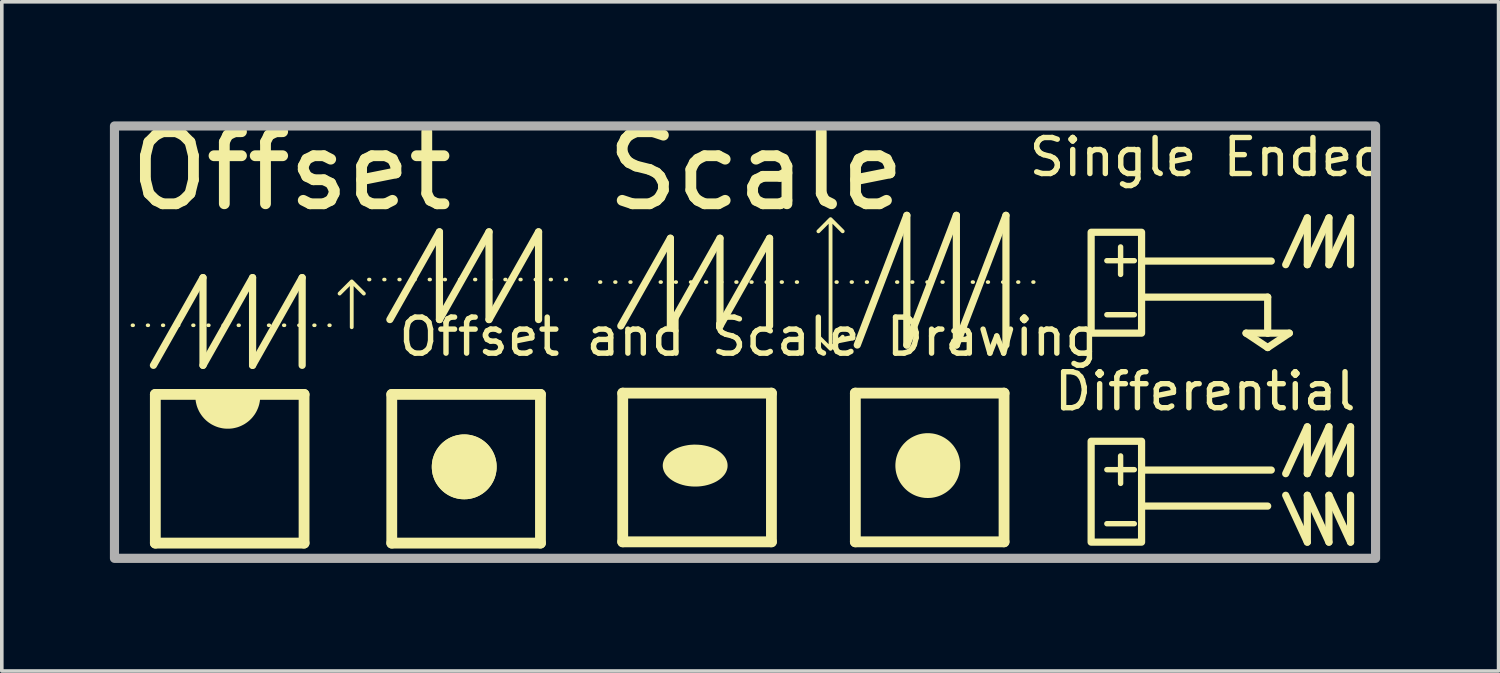
<source format=kicad_pcb>
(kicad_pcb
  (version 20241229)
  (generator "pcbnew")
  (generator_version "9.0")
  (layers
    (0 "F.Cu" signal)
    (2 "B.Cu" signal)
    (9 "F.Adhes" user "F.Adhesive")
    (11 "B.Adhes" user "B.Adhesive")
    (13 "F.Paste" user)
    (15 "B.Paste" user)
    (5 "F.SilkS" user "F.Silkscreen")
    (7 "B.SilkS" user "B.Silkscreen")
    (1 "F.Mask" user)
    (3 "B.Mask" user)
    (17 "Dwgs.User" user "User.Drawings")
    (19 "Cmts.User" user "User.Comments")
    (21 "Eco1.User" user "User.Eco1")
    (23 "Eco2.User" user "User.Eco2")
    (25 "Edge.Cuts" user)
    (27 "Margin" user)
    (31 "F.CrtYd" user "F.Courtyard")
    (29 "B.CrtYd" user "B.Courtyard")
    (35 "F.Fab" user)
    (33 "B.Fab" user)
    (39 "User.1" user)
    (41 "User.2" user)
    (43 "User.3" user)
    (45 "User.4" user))
  (footprint "Offset and Scale Drawing"
    (layer "F.Cu")
    (at 17.733 6.796)
    (property "Reference" "Offset and Scale Drawing" (at 0 -0.5 0) (unlocked yes) (layer "F.SilkS") (effects (font (size 1 1) (thickness 0.15))))
    (fp_line (start -17.107 -0.818) (end -11.286 -0.818) (stroke (width 0.1) (type dot)) (layer "F.SilkS"))
    (fp_line (start -16.525 0.293) (end -15.149 -2.141) (stroke (width 0.2) (type solid)) (layer "F.SilkS"))
    (fp_line (start -16.472 1.1) (end -12.344 1.1) (stroke (width 0.3) (type solid)) (layer "F.SilkS"))
    (fp_line (start -16.472 5.227) (end -16.472 1.1) (stroke (width 0.3) (type solid)) (layer "F.SilkS"))
    (fp_line (start -15.149 -2.141) (end -15.149 0.293) (stroke (width 0.2) (type solid)) (layer "F.SilkS"))
    (fp_line (start -15.149 0.293) (end -13.773 -2.141) (stroke (width 0.2) (type solid)) (layer "F.SilkS"))
    (fp_line (start -13.773 -2.141) (end -13.773 0.293) (stroke (width 0.2) (type solid)) (layer "F.SilkS"))
    (fp_line (start -13.773 0.293) (end -12.397 -2.141) (stroke (width 0.2) (type solid)) (layer "F.SilkS"))
    (fp_line (start -12.397 -2.141) (end -12.397 0.293) (stroke (width 0.2) (type solid)) (layer "F.SilkS"))
    (fp_line (start -12.344 1.1) (end -12.344 5.227) (stroke (width 0.3) (type solid)) (layer "F.SilkS"))
    (fp_line (start -12.344 5.227) (end -16.472 5.227) (stroke (width 0.3) (type solid)) (layer "F.SilkS"))
    (fp_line (start -10.545 -2.088) (end -4.724 -2.088) (stroke (width 0.1) (type dot)) (layer "F.SilkS"))
    (fp_line (start -9.963 -0.977) (end -8.587 -3.411) (stroke (width 0.2) (type solid)) (layer "F.SilkS"))
    (fp_line (start -9.91 1.1) (end -5.783 1.1) (stroke (width 0.3) (type solid)) (layer "F.SilkS"))
    (fp_line (start -9.91 5.227) (end -9.91 1.1) (stroke (width 0.3) (type solid)) (layer "F.SilkS"))
    (fp_line (start -8.587 -3.411) (end -8.587 -0.977) (stroke (width 0.2) (type solid)) (layer "F.SilkS"))
    (fp_line (start -8.587 -0.977) (end -7.211 -3.411) (stroke (width 0.2) (type solid)) (layer "F.SilkS"))
    (fp_line (start -7.211 -3.411) (end -7.211 -0.977) (stroke (width 0.2) (type solid)) (layer "F.SilkS"))
    (fp_line (start -7.211 -0.977) (end -5.836 -3.411) (stroke (width 0.2) (type solid)) (layer "F.SilkS"))
    (fp_line (start -5.836 -3.411) (end -5.836 -0.977) (stroke (width 0.2) (type solid)) (layer "F.SilkS"))
    (fp_line (start -5.783 1.1) (end -5.783 5.227) (stroke (width 0.3) (type solid)) (layer "F.SilkS"))
    (fp_line (start -5.783 5.227) (end -9.91 5.227) (stroke (width 0.3) (type solid)) (layer "F.SilkS"))
    (fp_line (start -4.135 -2.017) (end 1.686 -2.017) (stroke (width 0.1) (type dot)) (layer "F.SilkS"))
    (fp_line (start -3.553 -0.8) (end -2.177 -3.234) (stroke (width 0.2) (type solid)) (layer "F.SilkS"))
    (fp_line (start -3.5 1.065) (end 0.627 1.065) (stroke (width 0.3) (type solid)) (layer "F.SilkS"))
    (fp_line (start -3.5 5.192) (end -3.5 1.065) (stroke (width 0.3) (type solid)) (layer "F.SilkS"))
    (fp_line (start -2.177 -3.234) (end -2.177 -0.8) (stroke (width 0.2) (type solid)) (layer "F.SilkS"))
    (fp_line (start -2.177 -0.8) (end -0.801 -3.234) (stroke (width 0.2) (type solid)) (layer "F.SilkS"))
    (fp_line (start -0.801 -3.234) (end -0.801 -0.8) (stroke (width 0.2) (type solid)) (layer "F.SilkS"))
    (fp_line (start -0.801 -0.8) (end 0.575 -3.234) (stroke (width 0.2) (type solid)) (layer "F.SilkS"))
    (fp_line (start 0.575 -3.234) (end 0.575 -0.8) (stroke (width 0.2) (type solid)) (layer "F.SilkS"))
    (fp_line (start 0.627 1.065) (end 0.627 5.192) (stroke (width 0.3) (type solid)) (layer "F.SilkS"))
    (fp_line (start 0.627 5.192) (end -3.5 5.192) (stroke (width 0.3) (type solid)) (layer "F.SilkS"))
    (fp_line (start 2.427 -2.017) (end 8.247 -2.017) (stroke (width 0.1) (type dot)) (layer "F.SilkS"))
    (fp_line (start 2.956 1.065) (end 7.083 1.065) (stroke (width 0.3) (type solid)) (layer "F.SilkS"))
    (fp_line (start 2.956 5.192) (end 2.956 1.065) (stroke (width 0.3) (type solid)) (layer "F.SilkS"))
    (fp_line (start 3.009 -0.271) (end 4.385 -3.869) (stroke (width 0.2) (type solid)) (layer "F.SilkS"))
    (fp_line (start 4.385 -3.869) (end 4.385 -0.271) (stroke (width 0.2) (type solid)) (layer "F.SilkS"))
    (fp_line (start 4.385 -0.271) (end 5.76 -3.869) (stroke (width 0.2) (type solid)) (layer "F.SilkS"))
    (fp_line (start 5.76 -3.869) (end 5.76 -0.271) (stroke (width 0.2) (type solid)) (layer "F.SilkS"))
    (fp_line (start 5.76 -0.271) (end 7.136 -3.869) (stroke (width 0.2) (type solid)) (layer "F.SilkS"))
    (fp_line (start 7.083 1.065) (end 7.083 5.192) (stroke (width 0.3) (type solid)) (layer "F.SilkS"))
    (fp_line (start 7.083 5.192) (end 2.956 5.192) (stroke (width 0.3) (type solid)) (layer "F.SilkS"))
    (fp_line (start 7.136 -3.869) (end 7.136 -0.271) (stroke (width 0.2) (type solid)) (layer "F.SilkS"))
    (fp_line (start 10.9 -2.6) (end 14.5 -2.6) (stroke (width 0.2) (type solid)) (layer "F.SilkS"))
    (fp_line (start 10.9 3.2) (end 14.5 3.2) (stroke (width 0.2) (type solid)) (layer "F.SilkS"))
    (fp_line (start 11 -1.6) (end 14.4 -1.6) (stroke (width 0.2) (type solid)) (layer "F.SilkS"))
    (fp_line (start 11 4.2) (end 14.4 4.2) (stroke (width 0.2) (type solid)) (layer "F.SilkS"))
    (fp_line (start 13.8 -0.6) (end 14.4 -0.2) (stroke (width 0.2) (type solid)) (layer "F.SilkS"))
    (fp_line (start 14.4 -1.6) (end 14.4 -0.6) (stroke (width 0.2) (type solid)) (layer "F.SilkS"))
    (fp_line (start 14.4 -0.6) (end 13.8 -0.6) (stroke (width 0.2) (type solid)) (layer "F.SilkS"))
    (fp_line (start 14.4 -0.2) (end 15 -0.6) (stroke (width 0.2) (type solid)) (layer "F.SilkS"))
    (fp_line (start 14.9 -2.5) (end 15.5 -3.8) (stroke (width 0.2) (type solid)) (layer "F.SilkS"))
    (fp_line (start 14.9 3.3) (end 15.5 2) (stroke (width 0.2) (type solid)) (layer "F.SilkS"))
    (fp_line (start 14.9 3.9) (end 15.5 5.2) (stroke (width 0.2) (type solid)) (layer "F.SilkS"))
    (fp_line (start 15 -0.6) (end 14.4 -0.6) (stroke (width 0.2) (type solid)) (layer "F.SilkS"))
    (fp_line (start 15.5 -3.8) (end 15.5 -2.5) (stroke (width 0.2) (type solid)) (layer "F.SilkS"))
    (fp_line (start 15.5 -2.5) (end 16.1 -3.8) (stroke (width 0.2) (type solid)) (layer "F.SilkS"))
    (fp_line (start 15.5 2) (end 15.5 3.3) (stroke (width 0.2) (type solid)) (layer "F.SilkS"))
    (fp_line (start 15.5 3.3) (end 16.1 2) (stroke (width 0.2) (type solid)) (layer "F.SilkS"))
    (fp_line (start 15.5 3.9) (end 15.5 5.2) (stroke (width 0.2) (type solid)) (layer "F.SilkS"))
    (fp_line (start 15.5 3.9) (end 16.1 5.2) (stroke (width 0.2) (type solid)) (layer "F.SilkS"))
    (fp_line (start 16.1 -3.8) (end 16.1 -2.5) (stroke (width 0.2) (type solid)) (layer "F.SilkS"))
    (fp_line (start 16.1 -2.5) (end 16.7 -3.8) (stroke (width 0.2) (type solid)) (layer "F.SilkS"))
    (fp_line (start 16.1 2) (end 16.1 3.3) (stroke (width 0.2) (type solid)) (layer "F.SilkS"))
    (fp_line (start 16.1 3.3) (end 16.7 2) (stroke (width 0.2) (type solid)) (layer "F.SilkS"))
    (fp_line (start 16.1 3.9) (end 16.1 5.2) (stroke (width 0.2) (type solid)) (layer "F.SilkS"))
    (fp_line (start 16.1 3.9) (end 16.7 5.2) (stroke (width 0.2) (type solid)) (layer "F.SilkS"))
    (fp_line (start 16.7 -3.8) (end 16.7 -2.5) (stroke (width 0.2) (type solid)) (layer "F.SilkS"))
    (fp_line (start 16.7 2) (end 16.7 3.3) (stroke (width 0.2) (type solid)) (layer "F.SilkS"))
    (fp_line (start 16.7 3.9) (end 16.7 5.2) (stroke (width 0.2) (type solid)) (layer "F.SilkS"))
    (fp_rect (start 9.5 -3.4) (end 10.9 -0.6) (stroke (width 0.2) (type solid)) (fill no) (layer "F.SilkS"))
    (fp_rect (start 9.5 2.4) (end 10.9 5.2) (stroke (width 0.2) (type solid)) (fill no) (layer "F.SilkS"))
    (fp_poly (pts (xy -13.562 1.197) (xy -13.566 1.242) (xy -13.571 1.286) (xy -13.579 1.329) (xy -13.588 1.372) (xy -13.6 1.414) (xy -13.614 1.456) (xy -13.63 1.497) (xy -13.648 1.537) (xy -13.667 1.576) (xy -13.689 1.615) (xy -13.712 1.652) (xy -13.738 1.688) (xy -13.765 1.723) (xy -13.794 1.757) (xy -13.825 1.789) (xy -13.857 1.82) (xy -13.891 1.849) (xy -13.926 1.876) (xy -13.962 1.901) (xy -13.999 1.925) (xy -14.037 1.946) (xy -14.077 1.966) (xy -14.117 1.984) (xy -14.158 2) (xy -14.199 2.014) (xy -14.242 2.025) (xy -14.285 2.035) (xy -14.328 2.043) (xy -14.372 2.048) (xy -14.416 2.051) (xy -14.461 2.052) (xy -14.506 2.051) (xy -14.55 2.048) (xy -14.594 2.043) (xy -14.637 2.035) (xy -14.68 2.025) (xy -14.723 2.014) (xy -14.764 2) (xy -14.805 1.984) (xy -14.845 1.966) (xy -14.885 1.946) (xy -14.923 1.925) (xy -14.96 1.901) (xy -14.996 1.876) (xy -15.031 1.849) (xy -15.065 1.82) (xy -15.097 1.789) (xy -15.128 1.757) (xy -15.157 1.723) (xy -15.184 1.688) (xy -15.209 1.652) (xy -15.233 1.615) (xy -15.255 1.576) (xy -15.274 1.537) (xy -15.292 1.497) (xy -15.308 1.456) (xy -15.322 1.414) (xy -15.333 1.372) (xy -15.343 1.329) (xy -15.351 1.286) (xy -15.356 1.242) (xy -15.359 1.197) (xy -15.361 1.153) (xy -13.561 1.153)) (stroke (width 0) (type solid)) (fill yes) (layer "F.SilkS"))
    (fp_poly (pts (xy -1.397 2.497) (xy -1.308 2.505) (xy -1.222 2.52) (xy -1.139 2.539) (xy -1.06 2.564) (xy -0.986 2.593) (xy -0.917 2.626) (xy -0.853 2.664) (xy -0.795 2.705) (xy -0.743 2.75) (xy -0.698 2.798) (xy -0.678 2.823) (xy -0.66 2.849) (xy -0.644 2.875) (xy -0.63 2.903) (xy -0.618 2.93) (xy -0.608 2.958) (xy -0.6 2.987) (xy -0.594 3.016) (xy -0.591 3.046) (xy -0.59 3.076) (xy -0.591 3.106) (xy -0.594 3.135) (xy -0.6 3.164) (xy -0.608 3.193) (xy -0.618 3.221) (xy -0.63 3.249) (xy -0.644 3.276) (xy -0.66 3.302) (xy -0.678 3.328) (xy -0.698 3.353) (xy -0.72 3.377) (xy -0.743 3.401) (xy -0.768 3.424) (xy -0.795 3.446) (xy -0.823 3.467) (xy -0.853 3.487) (xy -0.884 3.507) (xy -0.917 3.525) (xy -0.951 3.542) (xy -0.986 3.558) (xy -1.023 3.573) (xy -1.06 3.587) (xy -1.099 3.6) (xy -1.139 3.612) (xy -1.18 3.622) (xy -1.222 3.632) (xy -1.264 3.639) (xy -1.308 3.646) (xy -1.352 3.651) (xy -1.397 3.655) (xy -1.443 3.657) (xy -1.489 3.658) (xy -1.581 3.655) (xy -1.67 3.646) (xy -1.757 3.632) (xy -1.839 3.612) (xy -1.918 3.587) (xy -1.992 3.558) (xy -2.061 3.525) (xy -2.125 3.487) (xy -2.183 3.446) (xy -2.235 3.401) (xy -2.28 3.353) (xy -2.3 3.328) (xy -2.318 3.302) (xy -2.334 3.276) (xy -2.348 3.249) (xy -2.36 3.221) (xy -2.37 3.193) (xy -2.378 3.164) (xy -2.384 3.135) (xy -2.388 3.106) (xy -2.389 3.076) (xy -2.388 3.046) (xy -2.384 3.016) (xy -2.378 2.987) (xy -2.37 2.958) (xy -2.36 2.93) (xy -2.348 2.903) (xy -2.334 2.875) (xy -2.318 2.849) (xy -2.3 2.823) (xy -2.28 2.798) (xy -2.259 2.774) (xy -2.235 2.75) (xy -2.21 2.727) (xy -2.183 2.705) (xy -2.155 2.684) (xy -2.125 2.664) (xy -2.094 2.645) (xy -2.061 2.626) (xy -2.027 2.609) (xy -1.992 2.593) (xy -1.956 2.578) (xy -1.918 2.564) (xy -1.879 2.551) (xy -1.839 2.539) (xy -1.798 2.529) (xy -1.757 2.52) (xy -1.714 2.512) (xy -1.67 2.505) (xy -1.626 2.5) (xy -1.581 2.497) (xy -1.535 2.494) (xy -1.489 2.494)) (stroke (width 0) (type solid)) (fill yes) (layer "F.SilkS"))
    (fp_poly (pts (xy -7.853 2.212) (xy -7.807 2.216) (xy -7.762 2.222) (xy -7.718 2.229) (xy -7.674 2.24) (xy -7.632 2.252) (xy -7.59 2.266) (xy -7.549 2.282) (xy -7.509 2.3) (xy -7.47 2.32) (xy -7.433 2.341) (xy -7.396 2.365) (xy -7.361 2.39) (xy -7.327 2.417) (xy -7.294 2.445) (xy -7.263 2.475) (xy -7.233 2.506) (xy -7.205 2.539) (xy -7.178 2.573) (xy -7.153 2.608) (xy -7.13 2.644) (xy -7.108 2.682) (xy -7.088 2.721) (xy -7.07 2.761) (xy -7.054 2.801) (xy -7.04 2.843) (xy -7.028 2.886) (xy -7.018 2.929) (xy -7.01 2.974) (xy -7.004 3.019) (xy -7.001 3.064) (xy -7 3.111) (xy -7.001 3.157) (xy -7.004 3.203) (xy -7.01 3.248) (xy -7.018 3.292) (xy -7.028 3.336) (xy -7.04 3.378) (xy -7.054 3.42) (xy -7.07 3.461) (xy -7.088 3.501) (xy -7.108 3.54) (xy -7.13 3.577) (xy -7.153 3.614) (xy -7.178 3.649) (xy -7.205 3.683) (xy -7.233 3.716) (xy -7.263 3.747) (xy -7.294 3.777) (xy -7.327 3.805) (xy -7.361 3.832) (xy -7.396 3.857) (xy -7.433 3.88) (xy -7.47 3.902) (xy -7.509 3.922) (xy -7.549 3.94) (xy -7.59 3.956) (xy -7.632 3.97) (xy -7.674 3.982) (xy -7.718 3.992) (xy -7.762 4) (xy -7.807 4.006) (xy -7.853 4.009) (xy -7.899 4.01) (xy -7.946 4.009) (xy -7.991 4.006) (xy -8.036 4) (xy -8.081 3.992) (xy -8.124 3.982) (xy -8.167 3.97) (xy -8.209 3.956) (xy -8.249 3.94) (xy -8.289 3.922) (xy -8.328 3.902) (xy -8.366 3.88) (xy -8.402 3.857) (xy -8.437 3.832) (xy -8.471 3.805) (xy -8.504 3.777) (xy -8.535 3.747) (xy -8.565 3.716) (xy -8.593 3.683) (xy -8.62 3.649) (xy -8.645 3.614) (xy -8.669 3.577) (xy -8.69 3.54) (xy -8.71 3.501) (xy -8.728 3.461) (xy -8.744 3.42) (xy -8.758 3.378) (xy -8.771 3.336) (xy -8.781 3.292) (xy -8.788 3.248) (xy -8.794 3.203) (xy -8.798 3.157) (xy -8.799 3.111) (xy -8.798 3.064) (xy -8.794 3.019) (xy -8.788 2.974) (xy -8.781 2.929) (xy -8.771 2.886) (xy -8.758 2.843) (xy -8.744 2.801) (xy -8.728 2.761) (xy -8.71 2.721) (xy -8.69 2.682) (xy -8.669 2.644) (xy -8.645 2.608) (xy -8.62 2.573) (xy -8.593 2.539) (xy -8.565 2.506) (xy -8.535 2.475) (xy -8.504 2.445) (xy -8.471 2.417) (xy -8.437 2.39) (xy -8.402 2.365) (xy -8.366 2.341) (xy -8.328 2.32) (xy -8.289 2.3) (xy -8.249 2.282) (xy -8.209 2.266) (xy -8.167 2.252) (xy -8.124 2.24) (xy -8.081 2.229) (xy -8.036 2.222) (xy -7.991 2.216) (xy -7.946 2.212) (xy -7.899 2.211)) (stroke (width 0) (type solid)) (fill yes) (layer "F.SilkS"))
    (fp_poly (pts (xy -7.853 2.212) (xy -7.807 2.216) (xy -7.762 2.222) (xy -7.718 2.229) (xy -7.674 2.24) (xy -7.632 2.252) (xy -7.59 2.266) (xy -7.549 2.282) (xy -7.509 2.3) (xy -7.47 2.32) (xy -7.433 2.341) (xy -7.396 2.365) (xy -7.361 2.39) (xy -7.327 2.417) (xy -7.294 2.445) (xy -7.263 2.475) (xy -7.233 2.506) (xy -7.205 2.539) (xy -7.178 2.573) (xy -7.153 2.608) (xy -7.13 2.644) (xy -7.108 2.682) (xy -7.088 2.721) (xy -7.07 2.761) (xy -7.054 2.801) (xy -7.04 2.843) (xy -7.028 2.886) (xy -7.018 2.929) (xy -7.01 2.974) (xy -7.004 3.019) (xy -7.001 3.064) (xy -7 3.111) (xy -7.001 3.157) (xy -7.004 3.203) (xy -7.01 3.248) (xy -7.018 3.292) (xy -7.028 3.336) (xy -7.04 3.378) (xy -7.054 3.42) (xy -7.07 3.461) (xy -7.088 3.501) (xy -7.108 3.54) (xy -7.13 3.577) (xy -7.153 3.614) (xy -7.178 3.649) (xy -7.205 3.683) (xy -7.233 3.716) (xy -7.263 3.747) (xy -7.294 3.777) (xy -7.327 3.805) (xy -7.361 3.832) (xy -7.396 3.857) (xy -7.433 3.88) (xy -7.47 3.902) (xy -7.509 3.922) (xy -7.549 3.94) (xy -7.59 3.956) (xy -7.632 3.97) (xy -7.674 3.982) (xy -7.718 3.992) (xy -7.762 4) (xy -7.807 4.006) (xy -7.853 4.009) (xy -7.899 4.01) (xy -7.946 4.009) (xy -7.991 4.006) (xy -8.036 4) (xy -8.081 3.992) (xy -8.124 3.982) (xy -8.167 3.97) (xy -8.209 3.956) (xy -8.249 3.94) (xy -8.289 3.922) (xy -8.328 3.902) (xy -8.366 3.88) (xy -8.402 3.857) (xy -8.437 3.832) (xy -8.471 3.805) (xy -8.504 3.777) (xy -8.535 3.747) (xy -8.565 3.716) (xy -8.593 3.683) (xy -8.62 3.649) (xy -8.645 3.614) (xy -8.669 3.577) (xy -8.69 3.54) (xy -8.71 3.501) (xy -8.728 3.461) (xy -8.744 3.42) (xy -8.758 3.378) (xy -8.771 3.336) (xy -8.781 3.292) (xy -8.788 3.248) (xy -8.794 3.203) (xy -8.798 3.157) (xy -8.799 3.111) (xy -8.798 3.064) (xy -8.794 3.019) (xy -8.788 2.974) (xy -8.781 2.929) (xy -8.771 2.886) (xy -8.758 2.843) (xy -8.744 2.801) (xy -8.728 2.761) (xy -8.71 2.721) (xy -8.69 2.682) (xy -8.669 2.644) (xy -8.645 2.608) (xy -8.62 2.573) (xy -8.593 2.539) (xy -8.565 2.506) (xy -8.535 2.475) (xy -8.504 2.445) (xy -8.471 2.417) (xy -8.437 2.39) (xy -8.402 2.365) (xy -8.366 2.341) (xy -8.328 2.32) (xy -8.289 2.3) (xy -8.249 2.282) (xy -8.209 2.266) (xy -8.167 2.252) (xy -8.124 2.24) (xy -8.081 2.229) (xy -8.036 2.222) (xy -7.991 2.216) (xy -7.946 2.212) (xy -7.899 2.211)) (stroke (width 0) (type solid)) (fill yes) (layer "F.SilkS"))
    (fp_poly (pts (xy 5.013 2.177) (xy 5.059 2.181) (xy 5.104 2.186) (xy 5.148 2.194) (xy 5.191 2.204) (xy 5.234 2.216) (xy 5.276 2.231) (xy 5.317 2.247) (xy 5.357 2.265) (xy 5.395 2.285) (xy 5.433 2.306) (xy 5.47 2.33) (xy 5.505 2.355) (xy 5.539 2.381) (xy 5.572 2.41) (xy 5.603 2.44) (xy 5.633 2.471) (xy 5.661 2.503) (xy 5.688 2.537) (xy 5.713 2.573) (xy 5.736 2.609) (xy 5.758 2.647) (xy 5.778 2.686) (xy 5.796 2.725) (xy 5.812 2.766) (xy 5.826 2.808) (xy 5.838 2.851) (xy 5.848 2.894) (xy 5.856 2.939) (xy 5.862 2.984) (xy 5.865 3.029) (xy 5.866 3.076) (xy 5.865 3.122) (xy 5.862 3.168) (xy 5.856 3.213) (xy 5.848 3.257) (xy 5.838 3.3) (xy 5.826 3.343) (xy 5.812 3.385) (xy 5.796 3.426) (xy 5.778 3.466) (xy 5.758 3.504) (xy 5.736 3.542) (xy 5.713 3.579) (xy 5.688 3.614) (xy 5.661 3.648) (xy 5.633 3.68) (xy 5.603 3.712) (xy 5.572 3.742) (xy 5.539 3.77) (xy 5.505 3.797) (xy 5.47 3.822) (xy 5.433 3.845) (xy 5.395 3.867) (xy 5.357 3.887) (xy 5.317 3.905) (xy 5.276 3.921) (xy 5.234 3.935) (xy 5.191 3.947) (xy 5.148 3.957) (xy 5.104 3.965) (xy 5.059 3.971) (xy 5.013 3.974) (xy 4.967 3.975) (xy 4.92 3.974) (xy 4.875 3.971) (xy 4.83 3.965) (xy 4.785 3.957) (xy 4.742 3.947) (xy 4.699 3.935) (xy 4.657 3.921) (xy 4.617 3.905) (xy 4.577 3.887) (xy 4.538 3.867) (xy 4.5 3.845) (xy 4.464 3.822) (xy 4.428 3.797) (xy 4.394 3.77) (xy 4.362 3.742) (xy 4.331 3.712) (xy 4.301 3.68) (xy 4.273 3.648) (xy 4.246 3.614) (xy 4.221 3.579) (xy 4.197 3.542) (xy 4.176 3.504) (xy 4.156 3.466) (xy 4.138 3.426) (xy 4.122 3.385) (xy 4.108 3.343) (xy 4.095 3.3) (xy 4.085 3.257) (xy 4.077 3.213) (xy 4.072 3.168) (xy 4.068 3.122) (xy 4.067 3.076) (xy 4.068 3.029) (xy 4.072 2.984) (xy 4.077 2.939) (xy 4.085 2.894) (xy 4.095 2.851) (xy 4.108 2.808) (xy 4.122 2.766) (xy 4.138 2.725) (xy 4.156 2.686) (xy 4.176 2.647) (xy 4.197 2.609) (xy 4.221 2.573) (xy 4.246 2.537) (xy 4.273 2.503) (xy 4.301 2.471) (xy 4.331 2.44) (xy 4.362 2.41) (xy 4.394 2.381) (xy 4.428 2.355) (xy 4.464 2.33) (xy 4.5 2.306) (xy 4.538 2.285) (xy 4.577 2.265) (xy 4.617 2.247) (xy 4.657 2.231) (xy 4.699 2.216) (xy 4.742 2.204) (xy 4.785 2.194) (xy 4.83 2.186) (xy 4.875 2.181) (xy 4.92 2.177) (xy 4.967 2.176)) (stroke (width 0) (type solid)) (fill yes) (layer "F.SilkS"))
    (fp_poly (pts (xy -11.019 -2.088) (xy -11.016 -2.088) (xy -11.014 -2.087) (xy -11.011 -2.087) (xy -11.009 -2.086) (xy -11.006 -2.086) (xy -11.004 -2.085) (xy -11.001 -2.084) (xy -10.999 -2.083) (xy -10.997 -2.082) (xy -10.994 -2.08) (xy -10.992 -2.079) (xy -10.99 -2.078) (xy -10.988 -2.076) (xy -10.986 -2.074) (xy -10.984 -2.072) (xy -10.647 -1.736) (xy -10.645 -1.734) (xy -10.644 -1.731) (xy -10.642 -1.729) (xy -10.64 -1.727) (xy -10.639 -1.725) (xy -10.638 -1.723) (xy -10.637 -1.72) (xy -10.636 -1.718) (xy -10.635 -1.716) (xy -10.634 -1.713) (xy -10.633 -1.711) (xy -10.633 -1.708) (xy -10.632 -1.706) (xy -10.632 -1.703) (xy -10.632 -1.701) (xy -10.632 -1.698) (xy -10.632 -1.696) (xy -10.632 -1.693) (xy -10.632 -1.69) (xy -10.633 -1.688) (xy -10.633 -1.685) (xy -10.634 -1.683) (xy -10.635 -1.681) (xy -10.636 -1.678) (xy -10.637 -1.676) (xy -10.638 -1.673) (xy -10.639 -1.671) (xy -10.64 -1.669) (xy -10.642 -1.667) (xy -10.644 -1.665) (xy -10.645 -1.663) (xy -10.647 -1.661) (xy -10.649 -1.659) (xy -10.651 -1.657) (xy -10.653 -1.655) (xy -10.655 -1.654) (xy -10.658 -1.653) (xy -10.66 -1.651) (xy -10.662 -1.65) (xy -10.665 -1.649) (xy -10.667 -1.648) (xy -10.67 -1.647) (xy -10.672 -1.647) (xy -10.674 -1.646) (xy -10.677 -1.646) (xy -10.68 -1.645) (xy -10.682 -1.645) (xy -10.685 -1.645) (xy -10.687 -1.645) (xy -10.69 -1.645) (xy -10.692 -1.646) (xy -10.695 -1.646) (xy -10.697 -1.647) (xy -10.7 -1.647) (xy -10.702 -1.648) (xy -10.704 -1.649) (xy -10.707 -1.65) (xy -10.709 -1.651) (xy -10.711 -1.653) (xy -10.714 -1.654) (xy -10.716 -1.655) (xy -10.718 -1.657) (xy -10.72 -1.659) (xy -10.722 -1.661) (xy -10.968 -1.907) (xy -10.968 -0.765) (xy -10.968 -0.762) (xy -10.969 -0.759) (xy -10.969 -0.757) (xy -10.969 -0.754) (xy -10.97 -0.752) (xy -10.971 -0.749) (xy -10.972 -0.747) (xy -10.973 -0.744) (xy -10.974 -0.742) (xy -10.975 -0.74) (xy -10.976 -0.737) (xy -10.977 -0.735) (xy -10.979 -0.733) (xy -10.981 -0.731) (xy -10.982 -0.729) (xy -10.984 -0.727) (xy -10.986 -0.726) (xy -10.988 -0.724) (xy -10.99 -0.722) (xy -10.992 -0.721) (xy -10.994 -0.72) (xy -10.996 -0.718) (xy -10.998 -0.717) (xy -11.001 -0.716) (xy -11.003 -0.715) (xy -11.006 -0.714) (xy -11.008 -0.714) (xy -11.011 -0.713) (xy -11.013 -0.713) (xy -11.016 -0.712) (xy -11.019 -0.712) (xy -11.021 -0.712) (xy -11.024 -0.712) (xy -11.027 -0.712) (xy -11.029 -0.713) (xy -11.032 -0.713) (xy -11.035 -0.714) (xy -11.037 -0.714) (xy -11.04 -0.715) (xy -11.042 -0.716) (xy -11.044 -0.717) (xy -11.047 -0.718) (xy -11.049 -0.72) (xy -11.051 -0.721) (xy -11.053 -0.722) (xy -11.055 -0.724) (xy -11.057 -0.726) (xy -11.059 -0.727) (xy -11.061 -0.729) (xy -11.062 -0.731) (xy -11.064 -0.733) (xy -11.065 -0.735) (xy -11.067 -0.737) (xy -11.068 -0.74) (xy -11.069 -0.742) (xy -11.07 -0.744) (xy -11.071 -0.747) (xy -11.072 -0.749) (xy -11.073 -0.752) (xy -11.073 -0.754) (xy -11.074 -0.757) (xy -11.074 -0.759) (xy -11.074 -0.762) (xy -11.074 -0.765) (xy -11.074 -1.907) (xy -11.321 -1.661) (xy -11.323 -1.659) (xy -11.325 -1.657) (xy -11.327 -1.655) (xy -11.329 -1.654) (xy -11.331 -1.653) (xy -11.333 -1.651) (xy -11.336 -1.65) (xy -11.338 -1.649) (xy -11.341 -1.648) (xy -11.343 -1.647) (xy -11.345 -1.647) (xy -11.348 -1.646) (xy -11.351 -1.646) (xy -11.353 -1.645) (xy -11.356 -1.645) (xy -11.358 -1.645) (xy -11.361 -1.645) (xy -11.363 -1.645) (xy -11.366 -1.646) (xy -11.368 -1.646) (xy -11.371 -1.647) (xy -11.373 -1.647) (xy -11.376 -1.648) (xy -11.378 -1.649) (xy -11.38 -1.65) (xy -11.383 -1.651) (xy -11.385 -1.653) (xy -11.387 -1.654) (xy -11.389 -1.655) (xy -11.391 -1.657) (xy -11.394 -1.659) (xy -11.396 -1.661) (xy -11.397 -1.663) (xy -11.399 -1.665) (xy -11.401 -1.667) (xy -11.402 -1.669) (xy -11.404 -1.671) (xy -11.405 -1.673) (xy -11.406 -1.676) (xy -11.407 -1.678) (xy -11.408 -1.681) (xy -11.409 -1.683) (xy -11.409 -1.685) (xy -11.41 -1.688) (xy -11.41 -1.69) (xy -11.411 -1.693) (xy -11.411 -1.696) (xy -11.411 -1.698) (xy -11.411 -1.701) (xy -11.411 -1.703) (xy -11.41 -1.706) (xy -11.41 -1.708) (xy -11.409 -1.711) (xy -11.409 -1.713) (xy -11.408 -1.716) (xy -11.407 -1.718) (xy -11.406 -1.72) (xy -11.405 -1.723) (xy -11.404 -1.725) (xy -11.402 -1.727) (xy -11.401 -1.729) (xy -11.399 -1.731) (xy -11.397 -1.734) (xy -11.396 -1.736) (xy -11.059 -2.072) (xy -11.057 -2.074) (xy -11.055 -2.076) (xy -11.053 -2.078) (xy -11.05 -2.079) (xy -11.048 -2.08) (xy -11.046 -2.082) (xy -11.044 -2.083) (xy -11.041 -2.084) (xy -11.039 -2.085) (xy -11.036 -2.086) (xy -11.034 -2.086) (xy -11.031 -2.087) (xy -11.029 -2.087) (xy -11.026 -2.088) (xy -11.024 -2.088) (xy -11.021 -2.088)) (stroke (width 0) (type solid)) (fill yes) (layer "F.SilkS"))
    (fp_poly (pts (xy 2.27 -3.816) (xy 2.273 -3.816) (xy 2.276 -3.816) (xy 2.278 -3.815) (xy 2.281 -3.815) (xy 2.283 -3.814) (xy 2.285 -3.813) (xy 2.288 -3.812) (xy 2.29 -3.811) (xy 2.293 -3.81) (xy 2.295 -3.809) (xy 2.297 -3.808) (xy 2.299 -3.806) (xy 2.301 -3.804) (xy 2.303 -3.803) (xy 2.305 -3.801) (xy 2.642 -3.464) (xy 2.644 -3.462) (xy 2.646 -3.46) (xy 2.647 -3.458) (xy 2.649 -3.456) (xy 2.65 -3.453) (xy 2.652 -3.451) (xy 2.653 -3.449) (xy 2.654 -3.446) (xy 2.655 -3.444) (xy 2.655 -3.442) (xy 2.656 -3.439) (xy 2.657 -3.437) (xy 2.657 -3.434) (xy 2.657 -3.432) (xy 2.658 -3.429) (xy 2.658 -3.427) (xy 2.658 -3.424) (xy 2.657 -3.422) (xy 2.657 -3.419) (xy 2.657 -3.416) (xy 2.656 -3.414) (xy 2.655 -3.412) (xy 2.655 -3.409) (xy 2.654 -3.407) (xy 2.653 -3.404) (xy 2.652 -3.402) (xy 2.65 -3.4) (xy 2.649 -3.397) (xy 2.647 -3.395) (xy 2.646 -3.393) (xy 2.644 -3.391) (xy 2.642 -3.389) (xy 2.64 -3.387) (xy 2.638 -3.386) (xy 2.636 -3.384) (xy 2.634 -3.382) (xy 2.632 -3.381) (xy 2.629 -3.38) (xy 2.627 -3.379) (xy 2.625 -3.378) (xy 2.622 -3.377) (xy 2.62 -3.376) (xy 2.617 -3.375) (xy 2.615 -3.375) (xy 2.612 -3.374) (xy 2.61 -3.374) (xy 2.607 -3.374) (xy 2.605 -3.374) (xy 2.602 -3.374) (xy 2.6 -3.374) (xy 2.597 -3.374) (xy 2.595 -3.375) (xy 2.592 -3.375) (xy 2.59 -3.376) (xy 2.587 -3.377) (xy 2.585 -3.378) (xy 2.582 -3.379) (xy 2.58 -3.38) (xy 2.578 -3.381) (xy 2.576 -3.382) (xy 2.573 -3.384) (xy 2.571 -3.386) (xy 2.569 -3.387) (xy 2.567 -3.389) (xy 2.321 -3.636) (xy 2.321 -0.293) (xy 2.567 -0.539) (xy 2.569 -0.541) (xy 2.571 -0.543) (xy 2.573 -0.544) (xy 2.576 -0.546) (xy 2.578 -0.547) (xy 2.58 -0.549) (xy 2.582 -0.55) (xy 2.585 -0.551) (xy 2.587 -0.552) (xy 2.59 -0.552) (xy 2.592 -0.553) (xy 2.595 -0.554) (xy 2.597 -0.554) (xy 2.6 -0.554) (xy 2.602 -0.555) (xy 2.605 -0.555) (xy 2.607 -0.555) (xy 2.61 -0.554) (xy 2.612 -0.554) (xy 2.615 -0.554) (xy 2.617 -0.553) (xy 2.62 -0.552) (xy 2.622 -0.552) (xy 2.625 -0.551) (xy 2.627 -0.55) (xy 2.629 -0.549) (xy 2.632 -0.547) (xy 2.634 -0.546) (xy 2.636 -0.544) (xy 2.638 -0.543) (xy 2.64 -0.541) (xy 2.642 -0.539) (xy 2.644 -0.537) (xy 2.646 -0.535) (xy 2.647 -0.533) (xy 2.649 -0.531) (xy 2.65 -0.529) (xy 2.652 -0.526) (xy 2.653 -0.524) (xy 2.654 -0.522) (xy 2.655 -0.519) (xy 2.655 -0.517) (xy 2.656 -0.514) (xy 2.657 -0.512) (xy 2.657 -0.509) (xy 2.657 -0.507) (xy 2.658 -0.504) (xy 2.658 -0.502) (xy 2.658 -0.499) (xy 2.657 -0.497) (xy 2.657 -0.494) (xy 2.657 -0.492) (xy 2.656 -0.489) (xy 2.655 -0.487) (xy 2.655 -0.484) (xy 2.654 -0.482) (xy 2.653 -0.479) (xy 2.652 -0.477) (xy 2.65 -0.475) (xy 2.649 -0.473) (xy 2.647 -0.47) (xy 2.646 -0.468) (xy 2.644 -0.466) (xy 2.642 -0.464) (xy 2.305 -0.128) (xy 2.303 -0.126) (xy 2.301 -0.124) (xy 2.299 -0.122) (xy 2.297 -0.121) (xy 2.295 -0.119) (xy 2.293 -0.118) (xy 2.29 -0.117) (xy 2.288 -0.116) (xy 2.285 -0.115) (xy 2.283 -0.114) (xy 2.281 -0.114) (xy 2.278 -0.113) (xy 2.276 -0.113) (xy 2.273 -0.112) (xy 2.27 -0.112) (xy 2.268 -0.112) (xy 2.265 -0.112) (xy 2.263 -0.112) (xy 2.26 -0.113) (xy 2.258 -0.113) (xy 2.255 -0.114) (xy 2.253 -0.114) (xy 2.25 -0.115) (xy 2.248 -0.116) (xy 2.246 -0.117) (xy 2.243 -0.118) (xy 2.241 -0.119) (xy 2.239 -0.121) (xy 2.237 -0.122) (xy 2.235 -0.124) (xy 2.232 -0.126) (xy 2.23 -0.128) (xy 1.894 -0.464) (xy 1.892 -0.466) (xy 1.89 -0.468) (xy 1.888 -0.47) (xy 1.887 -0.473) (xy 1.886 -0.475) (xy 1.884 -0.477) (xy 1.883 -0.479) (xy 1.882 -0.482) (xy 1.881 -0.484) (xy 1.88 -0.487) (xy 1.88 -0.489) (xy 1.879 -0.492) (xy 1.879 -0.494) (xy 1.878 -0.497) (xy 1.878 -0.499) (xy 1.878 -0.502) (xy 1.878 -0.504) (xy 1.878 -0.507) (xy 1.879 -0.509) (xy 1.879 -0.512) (xy 1.88 -0.514) (xy 1.88 -0.517) (xy 1.881 -0.519) (xy 1.882 -0.522) (xy 1.883 -0.524) (xy 1.884 -0.526) (xy 1.886 -0.529) (xy 1.887 -0.531) (xy 1.888 -0.533) (xy 1.89 -0.535) (xy 1.892 -0.537) (xy 1.894 -0.539) (xy 1.896 -0.541) (xy 1.898 -0.543) (xy 1.9 -0.544) (xy 1.902 -0.546) (xy 1.904 -0.547) (xy 1.907 -0.549) (xy 1.909 -0.55) (xy 1.911 -0.551) (xy 1.914 -0.552) (xy 1.916 -0.552) (xy 1.919 -0.553) (xy 1.921 -0.554) (xy 1.924 -0.554) (xy 1.926 -0.554) (xy 1.929 -0.555) (xy 1.931 -0.555) (xy 1.934 -0.555) (xy 1.936 -0.554) (xy 1.939 -0.554) (xy 1.941 -0.554) (xy 1.944 -0.553) (xy 1.946 -0.552) (xy 1.949 -0.552) (xy 1.951 -0.551) (xy 1.953 -0.55) (xy 1.956 -0.549) (xy 1.958 -0.547) (xy 1.96 -0.546) (xy 1.962 -0.544) (xy 1.965 -0.543) (xy 1.967 -0.541) (xy 1.969 -0.539) (xy 2.215 -0.293) (xy 2.215 -3.636) (xy 1.969 -3.389) (xy 1.967 -3.387) (xy 1.965 -3.386) (xy 1.962 -3.384) (xy 1.96 -3.382) (xy 1.958 -3.381) (xy 1.956 -3.38) (xy 1.953 -3.379) (xy 1.951 -3.378) (xy 1.949 -3.377) (xy 1.946 -3.376) (xy 1.944 -3.375) (xy 1.941 -3.375) (xy 1.939 -3.374) (xy 1.936 -3.374) (xy 1.934 -3.374) (xy 1.931 -3.374) (xy 1.929 -3.374) (xy 1.926 -3.374) (xy 1.924 -3.374) (xy 1.921 -3.375) (xy 1.919 -3.375) (xy 1.916 -3.376) (xy 1.914 -3.377) (xy 1.911 -3.378) (xy 1.909 -3.379) (xy 1.907 -3.38) (xy 1.904 -3.381) (xy 1.902 -3.382) (xy 1.9 -3.384) (xy 1.898 -3.386) (xy 1.896 -3.387) (xy 1.894 -3.389) (xy 1.892 -3.391) (xy 1.89 -3.393) (xy 1.888 -3.395) (xy 1.887 -3.397) (xy 1.886 -3.4) (xy 1.884 -3.402) (xy 1.883 -3.404) (xy 1.882 -3.407) (xy 1.881 -3.409) (xy 1.88 -3.412) (xy 1.88 -3.414) (xy 1.879 -3.416) (xy 1.879 -3.419) (xy 1.878 -3.422) (xy 1.878 -3.424) (xy 1.878 -3.427) (xy 1.878 -3.429) (xy 1.878 -3.432) (xy 1.879 -3.434) (xy 1.879 -3.437) (xy 1.88 -3.439) (xy 1.88 -3.442) (xy 1.881 -3.444) (xy 1.882 -3.446) (xy 1.883 -3.449) (xy 1.884 -3.451) (xy 1.886 -3.453) (xy 1.887 -3.456) (xy 1.888 -3.458) (xy 1.89 -3.46) (xy 1.892 -3.462) (xy 1.894 -3.464) (xy 2.23 -3.801) (xy 2.232 -3.803) (xy 2.235 -3.804) (xy 2.237 -3.806) (xy 2.239 -3.808) (xy 2.241 -3.809) (xy 2.243 -3.81) (xy 2.246 -3.811) (xy 2.248 -3.812) (xy 2.25 -3.813) (xy 2.253 -3.814) (xy 2.255 -3.815) (xy 2.258 -3.815) (xy 2.26 -3.816) (xy 2.263 -3.816) (xy 2.265 -3.816) (xy 2.268 -3.816)) (stroke (width 0) (type solid)) (fill yes) (layer "F.SilkS"))
    (fp_rect (start -17.606 -6.35) (end 17.394 5.65) (stroke (width 0.254) (type solid)) (fill no) (layer "F.Fab"))
    (fp_text user "Single Ended" (at 7.7 -4.9 0) (unlocked yes) (layer "F.SilkS") (effects (font (size 1 1) (thickness 0.15)) (justify left bottom)))
    (fp_text user "-" (at 9.6 5.2 0) (unlocked yes) (layer "F.SilkS") (effects (font (size 1 1) (thickness 0.15)) (justify left bottom)))
    (fp_text user "Offset" (at -12.7 -5.1 0) (unlocked yes) (layer "F.SilkS") (effects (font (size 2 2) (thickness 0.3))))
    (fp_text user "Scale" (at 0.2 -5.1 0) (unlocked yes) (layer "F.SilkS") (effects (font (size 2 2) (thickness 0.3))))
    (fp_text user "+" (at 9.6 3.7 0) (unlocked yes) (layer "F.SilkS") (effects (font (size 1 1) (thickness 0.15)) (justify left bottom)))
    (fp_text user "Differential" (at 8.4 1.6 0) (unlocked yes) (layer "F.SilkS") (effects (font (size 1 1) (thickness 0.15)) (justify left bottom)))
    (fp_text user "-" (at 9.6 -0.6 0) (unlocked yes) (layer "F.SilkS") (effects (font (size 1 1) (thickness 0.15)) (justify left bottom)))
    (fp_text user "+" (at 9.6 -2.1 0) (unlocked yes) (layer "F.SilkS") (effects (font (size 1 1) (thickness 0.15)) (justify left bottom))))
  (gr_rect
    (start -3 -3)
    (end 38.541 15.573)
    (stroke (width 0.1) (type default))
    (fill no)
    (layer "Edge.Cuts")))
</source>
